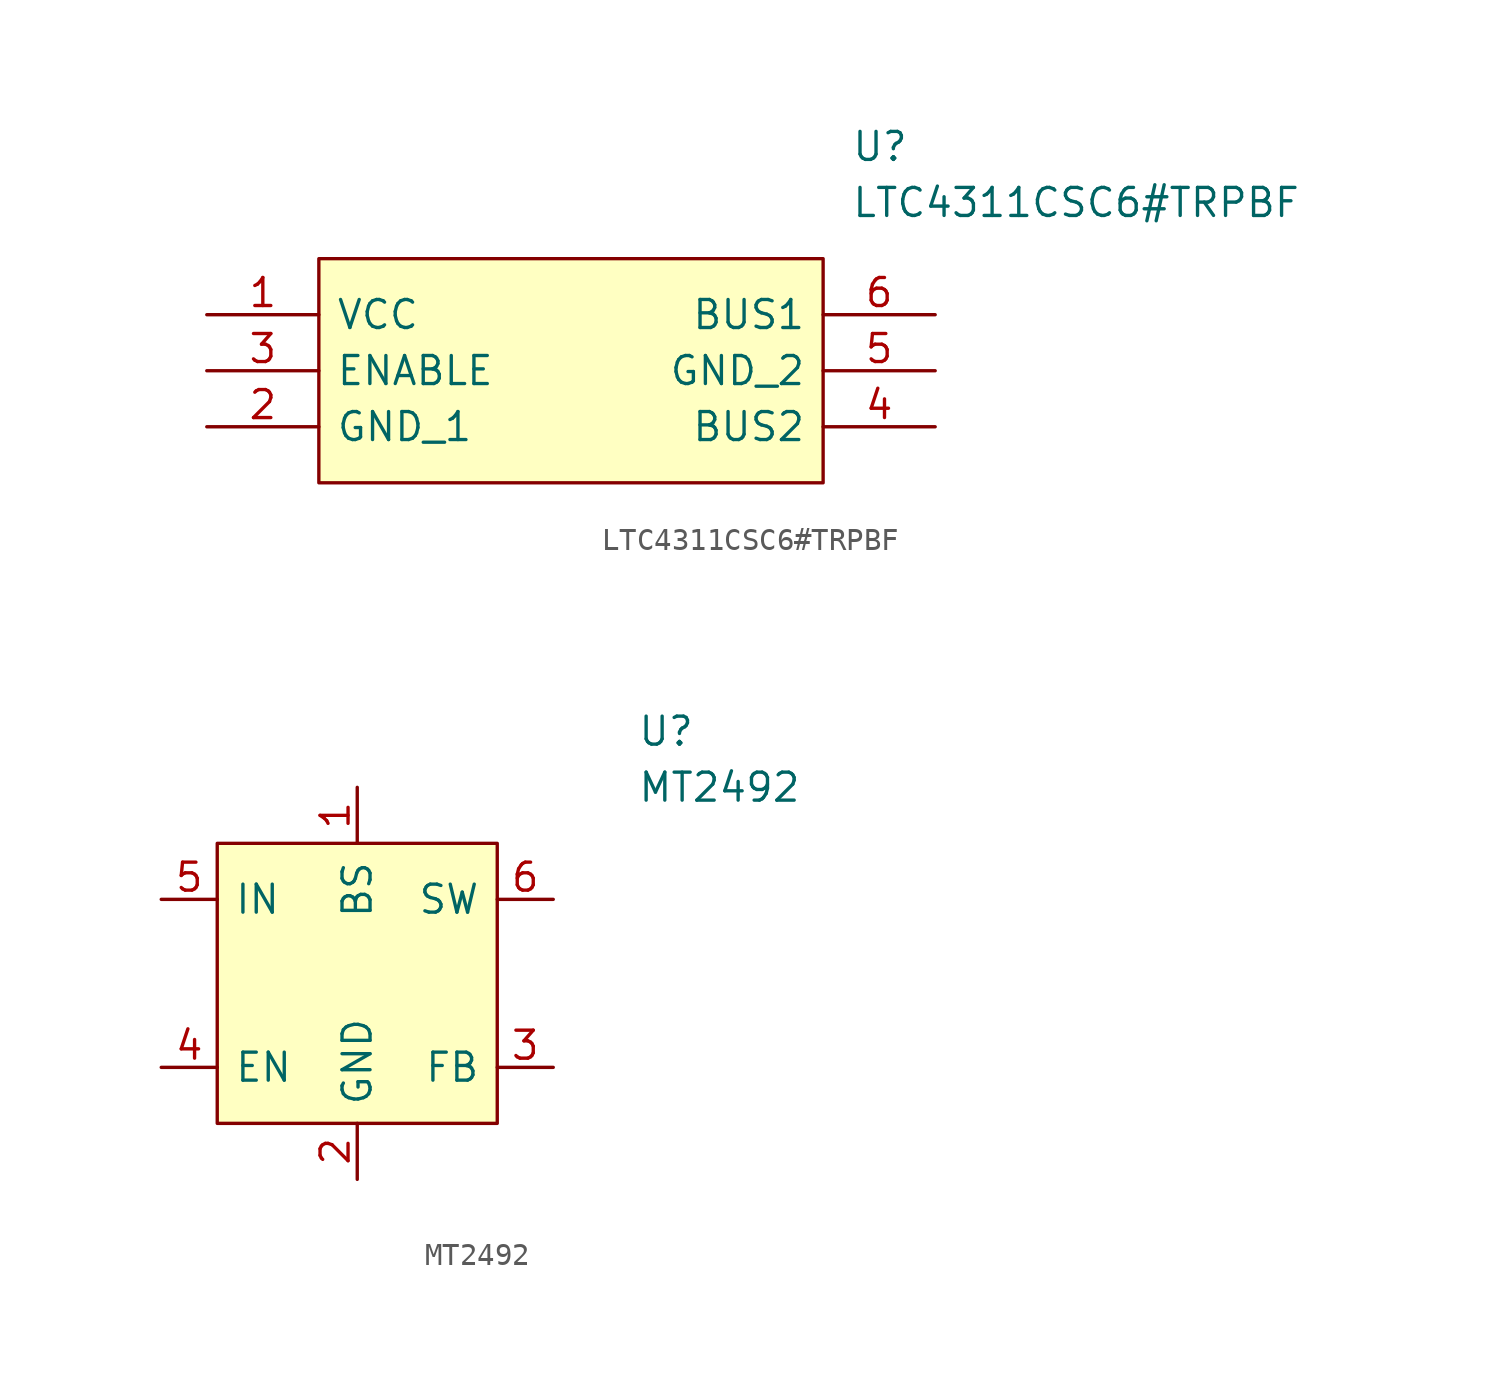
<source format=kicad_sym>
(kicad_symbol_lib
  (version 20220914)
  (generator kicad_symbol_editor)
  (symbol "LTC4311CSC6#TRPBF"
    (pin_names
      (offset 0.762))
    (property "Reference" "U"
      (at 29.21 7.62 0)
      (effects (font (size 1.27 1.27)) (justify left)))
    (property "Value" "LTC4311CSC6#TRPBF"
      (at 29.21 5.08 0)
      (effects (font (size 1.27 1.27)) (justify left)))
    (symbol "LTC4311CSC6#TRPBF_0_0"
      (pin passive line (at 0 0 0) (length 5.08) (name "VCC" (effects (font (size 1.27 1.27)))) (number "1" (effects (font (size 1.27 1.27)))))
      (pin passive line (at 0 -5.08 0) (length 5.08) (name "GND_1" (effects (font (size 1.27 1.27)))) (number "2" (effects (font (size 1.27 1.27)))))
      (pin passive line (at 0 -2.54 0) (length 5.08) (name "ENABLE" (effects (font (size 1.27 1.27)))) (number "3" (effects (font (size 1.27 1.27)))))
      (pin passive line (at 33.02 -5.08 180) (length 5.08) (name "BUS2" (effects (font (size 1.27 1.27)))) (number "4" (effects (font (size 1.27 1.27)))))
      (pin passive line (at 33.02 -2.54 180) (length 5.08) (name "GND_2" (effects (font (size 1.27 1.27)))) (number "5" (effects (font (size 1.27 1.27)))))
      (pin passive line (at 33.02 0 180) (length 5.08) (name "BUS1" (effects (font (size 1.27 1.27)))) (number "6" (effects (font (size 1.27 1.27))))))
    (symbol "LTC4311CSC6#TRPBF_1_1"
      (polyline (pts (xy 5.08 2.54) (xy 27.94 2.54) (xy 27.94 -7.62) (xy 5.08 -7.62) (xy 5.08 2.54)) (stroke (width 0.152) (type solid)) (fill (type background)))))
  (symbol "MT2492"
    (pin_names
      (offset 0.762))
    (property "Reference" "U"
      (at 21.59 7.62 0)
      (effects (font (size 1.27 1.27)) (justify left)))
    (property "Value" "MT2492"
      (at 21.59 5.08 0)
      (effects (font (size 1.27 1.27)) (justify left)))
    (symbol "MT2492_1_0"
      (pin passive line (at 8.89 5.08 270) (length 2.54) (name "BS" (effects (font (size 1.27 1.27)))) (number "1" (effects (font (size 1.27 1.27)))))
      (pin passive line (at 8.89 -12.7 90) (length 2.54) (name "GND" (effects (font (size 1.27 1.27)))) (number "2" (effects (font (size 1.27 1.27)))))
      (pin passive line (at 17.78 -7.62 180) (length 2.54) (name "FB" (effects (font (size 1.27 1.27)))) (number "3" (effects (font (size 1.27 1.27)))))
      (pin passive line (at 0 -7.62 0) (length 2.54) (name "EN" (effects (font (size 1.27 1.27)))) (number "4" (effects (font (size 1.27 1.27)))))
      (pin passive line (at 0 0 0) (length 2.54) (name "IN" (effects (font (size 1.27 1.27)))) (number "5" (effects (font (size 1.27 1.27)))))
      (pin passive line (at 17.78 0 180) (length 2.54) (name "SW" (effects (font (size 1.27 1.27)))) (number "6" (effects (font (size 1.27 1.27))))))
    (symbol "MT2492_1_1"
      (rectangle (start 2.54 2.54) (end 15.24 -10.16) (stroke (width 0) (type default)) (fill (type background))))))
</source>
